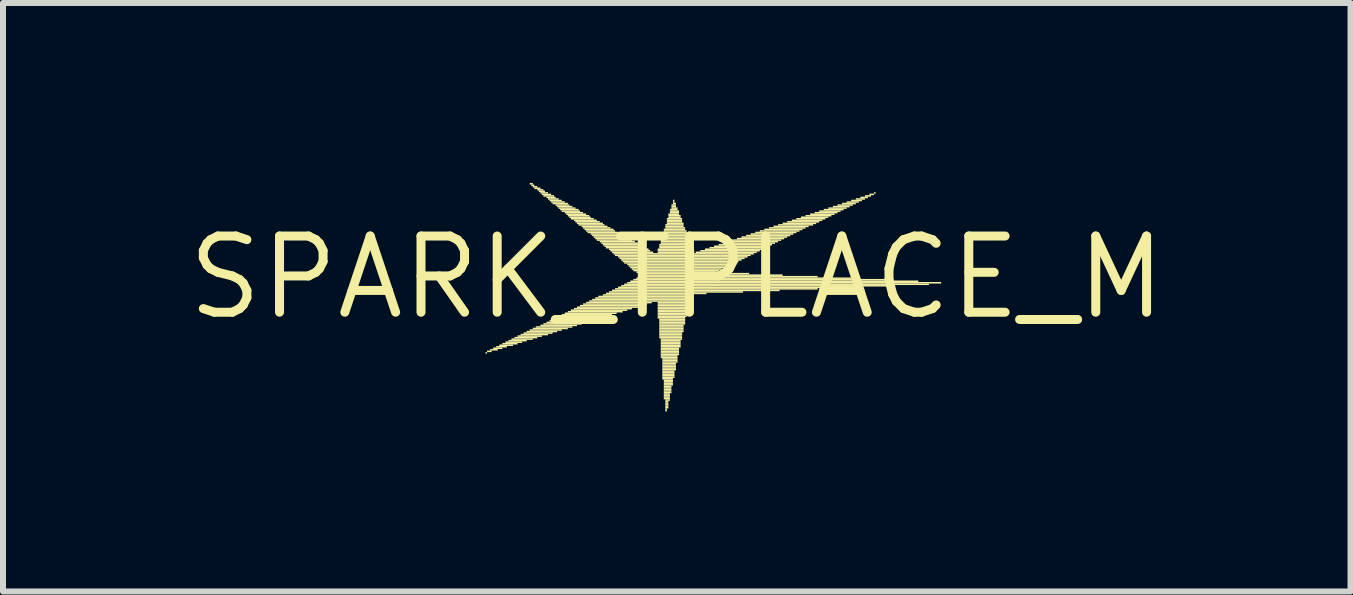
<source format=kicad_pcb>
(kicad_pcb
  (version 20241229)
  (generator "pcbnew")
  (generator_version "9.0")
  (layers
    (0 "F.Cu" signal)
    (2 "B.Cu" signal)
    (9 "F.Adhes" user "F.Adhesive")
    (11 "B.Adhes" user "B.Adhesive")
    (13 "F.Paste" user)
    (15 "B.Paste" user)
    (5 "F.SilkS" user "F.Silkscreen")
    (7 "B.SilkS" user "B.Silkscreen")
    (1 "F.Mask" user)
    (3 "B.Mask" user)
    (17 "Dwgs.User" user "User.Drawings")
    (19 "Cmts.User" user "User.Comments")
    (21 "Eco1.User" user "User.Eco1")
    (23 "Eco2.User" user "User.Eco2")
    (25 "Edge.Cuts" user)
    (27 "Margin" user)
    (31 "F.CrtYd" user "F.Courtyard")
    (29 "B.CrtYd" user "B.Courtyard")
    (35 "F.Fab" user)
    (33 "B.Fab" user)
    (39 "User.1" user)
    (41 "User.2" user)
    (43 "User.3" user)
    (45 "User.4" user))
  (footprint "SPARK_TPLACE_M"
    (layer "F.Cu")
    (at 8.232 1.575)
    (property "Reference" "SPARK_TPLACE_M" (at 0 0 0) (layer "F.SilkS") (effects (font (size 1.27 1.27) (thickness 0.15))))
    (attr through_hole)
    (fp_poly (pts (xy -3.188 1.27) (xy -3.162 1.27) (xy -3.162 1.245) (xy -3.188 1.245)) (stroke (width 0) (type solid)) (fill yes) (layer "F.SilkS"))
    (fp_poly (pts (xy -3.162 1.245) (xy -3.086 1.245) (xy -3.086 1.219) (xy -3.162 1.219)) (stroke (width 0) (type solid)) (fill yes) (layer "F.SilkS"))
    (fp_poly (pts (xy -3.111 1.219) (xy -2.985 1.219) (xy -2.985 1.194) (xy -3.111 1.194)) (stroke (width 0) (type solid)) (fill yes) (layer "F.SilkS"))
    (fp_poly (pts (xy -3.061 1.194) (xy -2.908 1.194) (xy -2.908 1.168) (xy -3.061 1.168)) (stroke (width 0) (type solid)) (fill yes) (layer "F.SilkS"))
    (fp_poly (pts (xy -3.01 1.168) (xy -2.832 1.168) (xy -2.832 1.143) (xy -3.01 1.143)) (stroke (width 0) (type solid)) (fill yes) (layer "F.SilkS"))
    (fp_poly (pts (xy -2.959 1.143) (xy -2.731 1.143) (xy -2.731 1.118) (xy -2.959 1.118)) (stroke (width 0) (type solid)) (fill yes) (layer "F.SilkS"))
    (fp_poly (pts (xy -2.908 1.118) (xy -2.654 1.118) (xy -2.654 1.092) (xy -2.908 1.092)) (stroke (width 0) (type solid)) (fill yes) (layer "F.SilkS"))
    (fp_poly (pts (xy -2.857 1.092) (xy -2.578 1.092) (xy -2.578 1.067) (xy -2.857 1.067)) (stroke (width 0) (type solid)) (fill yes) (layer "F.SilkS"))
    (fp_poly (pts (xy -2.807 1.067) (xy -2.502 1.067) (xy -2.502 1.041) (xy -2.807 1.041)) (stroke (width 0) (type solid)) (fill yes) (layer "F.SilkS"))
    (fp_poly (pts (xy -2.756 1.041) (xy -2.4 1.041) (xy -2.4 1.016) (xy -2.756 1.016)) (stroke (width 0) (type solid)) (fill yes) (layer "F.SilkS"))
    (fp_poly (pts (xy -2.705 1.016) (xy -2.324 1.016) (xy -2.324 0.991) (xy -2.705 0.991)) (stroke (width 0) (type solid)) (fill yes) (layer "F.SilkS"))
    (fp_poly (pts (xy -2.654 0.991) (xy -2.248 0.991) (xy -2.248 0.965) (xy -2.654 0.965)) (stroke (width 0) (type solid)) (fill yes) (layer "F.SilkS"))
    (fp_poly (pts (xy -2.603 0.965) (xy -2.146 0.965) (xy -2.146 0.94) (xy -2.603 0.94)) (stroke (width 0) (type solid)) (fill yes) (layer "F.SilkS"))
    (fp_poly (pts (xy -2.553 0.94) (xy -2.07 0.94) (xy -2.07 0.914) (xy -2.553 0.914)) (stroke (width 0) (type solid)) (fill yes) (layer "F.SilkS"))
    (fp_poly (pts (xy -2.502 0.914) (xy -1.994 0.914) (xy -1.994 0.889) (xy -2.502 0.889)) (stroke (width 0) (type solid)) (fill yes) (layer "F.SilkS"))
    (fp_poly (pts (xy -2.451 -1.549) (xy -2.4 -1.549) (xy -2.4 -1.575) (xy -2.451 -1.575)) (stroke (width 0) (type solid)) (fill yes) (layer "F.SilkS"))
    (fp_poly (pts (xy -2.451 0.889) (xy -1.918 0.889) (xy -1.918 0.864) (xy -2.451 0.864)) (stroke (width 0) (type solid)) (fill yes) (layer "F.SilkS"))
    (fp_poly (pts (xy -2.426 -1.524) (xy -2.375 -1.524) (xy -2.375 -1.549) (xy -2.426 -1.549)) (stroke (width 0) (type solid)) (fill yes) (layer "F.SilkS"))
    (fp_poly (pts (xy -2.4 -1.499) (xy -2.324 -1.499) (xy -2.324 -1.524) (xy -2.4 -1.524)) (stroke (width 0) (type solid)) (fill yes) (layer "F.SilkS"))
    (fp_poly (pts (xy -2.4 0.864) (xy -1.816 0.864) (xy -1.816 0.838) (xy -2.4 0.838)) (stroke (width 0) (type solid)) (fill yes) (layer "F.SilkS"))
    (fp_poly (pts (xy -2.375 -1.473) (xy -2.273 -1.473) (xy -2.273 -1.499) (xy -2.375 -1.499)) (stroke (width 0) (type solid)) (fill yes) (layer "F.SilkS"))
    (fp_poly (pts (xy -2.349 0.838) (xy -1.74 0.838) (xy -1.74 0.813) (xy -2.349 0.813)) (stroke (width 0) (type solid)) (fill yes) (layer "F.SilkS"))
    (fp_poly (pts (xy -2.324 -1.448) (xy -2.223 -1.448) (xy -2.223 -1.473) (xy -2.324 -1.473)) (stroke (width 0) (type solid)) (fill yes) (layer "F.SilkS"))
    (fp_poly (pts (xy -2.299 -1.422) (xy -2.197 -1.422) (xy -2.197 -1.448) (xy -2.299 -1.448)) (stroke (width 0) (type solid)) (fill yes) (layer "F.SilkS"))
    (fp_poly (pts (xy -2.273 -1.397) (xy -2.146 -1.397) (xy -2.146 -1.422) (xy -2.273 -1.422)) (stroke (width 0) (type solid)) (fill yes) (layer "F.SilkS"))
    (fp_poly (pts (xy -2.273 0.813) (xy -1.664 0.813) (xy -1.664 0.787) (xy -2.273 0.787)) (stroke (width 0) (type solid)) (fill yes) (layer "F.SilkS"))
    (fp_poly (pts (xy -2.248 -1.372) (xy -2.095 -1.372) (xy -2.095 -1.397) (xy -2.248 -1.397)) (stroke (width 0) (type solid)) (fill yes) (layer "F.SilkS"))
    (fp_poly (pts (xy -2.223 -1.346) (xy -2.045 -1.346) (xy -2.045 -1.372) (xy -2.223 -1.372)) (stroke (width 0) (type solid)) (fill yes) (layer "F.SilkS"))
    (fp_poly (pts (xy -2.223 0.787) (xy -1.587 0.787) (xy -1.587 0.762) (xy -2.223 0.762)) (stroke (width 0) (type solid)) (fill yes) (layer "F.SilkS"))
    (fp_poly (pts (xy -2.172 -1.321) (xy -2.019 -1.321) (xy -2.019 -1.346) (xy -2.172 -1.346)) (stroke (width 0) (type solid)) (fill yes) (layer "F.SilkS"))
    (fp_poly (pts (xy -2.172 0.762) (xy -1.486 0.762) (xy -1.486 0.737) (xy -2.172 0.737)) (stroke (width 0) (type solid)) (fill yes) (layer "F.SilkS"))
    (fp_poly (pts (xy -2.146 -1.295) (xy -1.968 -1.295) (xy -1.968 -1.321) (xy -2.146 -1.321)) (stroke (width 0) (type solid)) (fill yes) (layer "F.SilkS"))
    (fp_poly (pts (xy -2.121 -1.27) (xy -1.918 -1.27) (xy -1.918 -1.295) (xy -2.121 -1.295)) (stroke (width 0) (type solid)) (fill yes) (layer "F.SilkS"))
    (fp_poly (pts (xy -2.121 0.737) (xy -1.41 0.737) (xy -1.41 0.711) (xy -2.121 0.711)) (stroke (width 0) (type solid)) (fill yes) (layer "F.SilkS"))
    (fp_poly (pts (xy -2.095 -1.245) (xy -1.867 -1.245) (xy -1.867 -1.27) (xy -2.095 -1.27)) (stroke (width 0) (type solid)) (fill yes) (layer "F.SilkS"))
    (fp_poly (pts (xy -2.07 -1.219) (xy -1.816 -1.219) (xy -1.816 -1.245) (xy -2.07 -1.245)) (stroke (width 0) (type solid)) (fill yes) (layer "F.SilkS"))
    (fp_poly (pts (xy -2.07 0.711) (xy -1.333 0.711) (xy -1.333 0.686) (xy -2.07 0.686)) (stroke (width 0) (type solid)) (fill yes) (layer "F.SilkS"))
    (fp_poly (pts (xy -2.019 -1.194) (xy -1.791 -1.194) (xy -1.791 -1.219) (xy -2.019 -1.219)) (stroke (width 0) (type solid)) (fill yes) (layer "F.SilkS"))
    (fp_poly (pts (xy -2.019 0.686) (xy -1.232 0.686) (xy -1.232 0.66) (xy -2.019 0.66)) (stroke (width 0) (type solid)) (fill yes) (layer "F.SilkS"))
    (fp_poly (pts (xy -1.994 -1.168) (xy -1.74 -1.168) (xy -1.74 -1.194) (xy -1.994 -1.194)) (stroke (width 0) (type solid)) (fill yes) (layer "F.SilkS"))
    (fp_poly (pts (xy -1.968 -1.143) (xy -1.689 -1.143) (xy -1.689 -1.168) (xy -1.968 -1.168)) (stroke (width 0) (type solid)) (fill yes) (layer "F.SilkS"))
    (fp_poly (pts (xy -1.968 0.66) (xy -1.156 0.66) (xy -1.156 0.635) (xy -1.968 0.635)) (stroke (width 0) (type solid)) (fill yes) (layer "F.SilkS"))
    (fp_poly (pts (xy -1.943 -1.118) (xy -1.638 -1.118) (xy -1.638 -1.143) (xy -1.943 -1.143)) (stroke (width 0) (type solid)) (fill yes) (layer "F.SilkS"))
    (fp_poly (pts (xy -1.918 -1.092) (xy -1.613 -1.092) (xy -1.613 -1.118) (xy -1.918 -1.118)) (stroke (width 0) (type solid)) (fill yes) (layer "F.SilkS"))
    (fp_poly (pts (xy -1.918 0.635) (xy -1.079 0.635) (xy -1.079 0.61) (xy -1.918 0.61)) (stroke (width 0) (type solid)) (fill yes) (layer "F.SilkS"))
    (fp_poly (pts (xy -1.867 -1.067) (xy -1.562 -1.067) (xy -1.562 -1.092) (xy -1.867 -1.092)) (stroke (width 0) (type solid)) (fill yes) (layer "F.SilkS"))
    (fp_poly (pts (xy -1.867 0.61) (xy -1.003 0.61) (xy -1.003 0.584) (xy -1.867 0.584)) (stroke (width 0) (type solid)) (fill yes) (layer "F.SilkS"))
    (fp_poly (pts (xy -1.841 -1.041) (xy -1.511 -1.041) (xy -1.511 -1.067) (xy -1.841 -1.067)) (stroke (width 0) (type solid)) (fill yes) (layer "F.SilkS"))
    (fp_poly (pts (xy -1.816 -1.016) (xy -1.46 -1.016) (xy -1.46 -1.041) (xy -1.816 -1.041)) (stroke (width 0) (type solid)) (fill yes) (layer "F.SilkS"))
    (fp_poly (pts (xy -1.816 0.584) (xy -0.902 0.584) (xy -0.902 0.559) (xy -1.816 0.559)) (stroke (width 0) (type solid)) (fill yes) (layer "F.SilkS"))
    (fp_poly (pts (xy -1.791 -0.991) (xy -1.435 -0.991) (xy -1.435 -1.016) (xy -1.791 -1.016)) (stroke (width 0) (type solid)) (fill yes) (layer "F.SilkS"))
    (fp_poly (pts (xy -1.765 -0.965) (xy -1.384 -0.965) (xy -1.384 -0.991) (xy -1.765 -0.991)) (stroke (width 0) (type solid)) (fill yes) (layer "F.SilkS"))
    (fp_poly (pts (xy -1.765 0.559) (xy -0.826 0.559) (xy -0.826 0.533) (xy -1.765 0.533)) (stroke (width 0) (type solid)) (fill yes) (layer "F.SilkS"))
    (fp_poly (pts (xy -1.714 -0.94) (xy -1.333 -0.94) (xy -1.333 -0.965) (xy -1.714 -0.965)) (stroke (width 0) (type solid)) (fill yes) (layer "F.SilkS"))
    (fp_poly (pts (xy -1.714 0.533) (xy -0.749 0.533) (xy -0.749 0.508) (xy -1.714 0.508)) (stroke (width 0) (type solid)) (fill yes) (layer "F.SilkS"))
    (fp_poly (pts (xy -1.689 -0.914) (xy -1.283 -0.914) (xy -1.283 -0.94) (xy -1.689 -0.94)) (stroke (width 0) (type solid)) (fill yes) (layer "F.SilkS"))
    (fp_poly (pts (xy -1.664 -0.889) (xy -1.232 -0.889) (xy -1.232 -0.914) (xy -1.664 -0.914)) (stroke (width 0) (type solid)) (fill yes) (layer "F.SilkS"))
    (fp_poly (pts (xy -1.664 0.508) (xy -0.648 0.508) (xy -0.648 0.483) (xy -1.664 0.483)) (stroke (width 0) (type solid)) (fill yes) (layer "F.SilkS"))
    (fp_poly (pts (xy -1.638 -0.864) (xy -1.206 -0.864) (xy -1.206 -0.889) (xy -1.638 -0.889)) (stroke (width 0) (type solid)) (fill yes) (layer "F.SilkS"))
    (fp_poly (pts (xy -1.613 0.483) (xy -0.572 0.483) (xy -0.572 0.457) (xy -1.613 0.457)) (stroke (width 0) (type solid)) (fill yes) (layer "F.SilkS"))
    (fp_poly (pts (xy -1.587 -0.838) (xy -1.156 -0.838) (xy -1.156 -0.864) (xy -1.587 -0.864)) (stroke (width 0) (type solid)) (fill yes) (layer "F.SilkS"))
    (fp_poly (pts (xy -1.562 -0.813) (xy -1.105 -0.813) (xy -1.105 -0.838) (xy -1.562 -0.838)) (stroke (width 0) (type solid)) (fill yes) (layer "F.SilkS"))
    (fp_poly (pts (xy -1.562 0.457) (xy -0.495 0.457) (xy -0.495 0.432) (xy -1.562 0.432)) (stroke (width 0) (type solid)) (fill yes) (layer "F.SilkS"))
    (fp_poly (pts (xy -1.537 -0.787) (xy -1.054 -0.787) (xy -1.054 -0.813) (xy -1.537 -0.813)) (stroke (width 0) (type solid)) (fill yes) (layer "F.SilkS"))
    (fp_poly (pts (xy -1.511 -0.762) (xy -1.029 -0.762) (xy -1.029 -0.787) (xy -1.511 -0.787)) (stroke (width 0) (type solid)) (fill yes) (layer "F.SilkS"))
    (fp_poly (pts (xy -1.511 0.432) (xy -0.419 0.432) (xy -0.419 0.406) (xy -1.511 0.406)) (stroke (width 0) (type solid)) (fill yes) (layer "F.SilkS"))
    (fp_poly (pts (xy -1.486 -0.737) (xy -0.978 -0.737) (xy -0.978 -0.762) (xy -1.486 -0.762)) (stroke (width 0) (type solid)) (fill yes) (layer "F.SilkS"))
    (fp_poly (pts (xy -1.46 0.406) (xy 0.216 0.406) (xy 0.216 0.381) (xy -1.46 0.381)) (stroke (width 0) (type solid)) (fill yes) (layer "F.SilkS"))
    (fp_poly (pts (xy -1.435 -0.711) (xy -0.927 -0.711) (xy -0.927 -0.737) (xy -1.435 -0.737)) (stroke (width 0) (type solid)) (fill yes) (layer "F.SilkS"))
    (fp_poly (pts (xy -1.41 -0.686) (xy -0.876 -0.686) (xy -0.876 -0.711) (xy -1.41 -0.711)) (stroke (width 0) (type solid)) (fill yes) (layer "F.SilkS"))
    (fp_poly (pts (xy -1.41 0.381) (xy 0.216 0.381) (xy 0.216 0.356) (xy -1.41 0.356)) (stroke (width 0) (type solid)) (fill yes) (layer "F.SilkS"))
    (fp_poly (pts (xy -1.384 -0.66) (xy -0.851 -0.66) (xy -0.851 -0.686) (xy -1.384 -0.686)) (stroke (width 0) (type solid)) (fill yes) (layer "F.SilkS"))
    (fp_poly (pts (xy -1.359 -0.635) (xy -0.8 -0.635) (xy -0.8 -0.66) (xy -1.359 -0.66)) (stroke (width 0) (type solid)) (fill yes) (layer "F.SilkS"))
    (fp_poly (pts (xy -1.359 0.356) (xy 0.216 0.356) (xy 0.216 0.33) (xy -1.359 0.33)) (stroke (width 0) (type solid)) (fill yes) (layer "F.SilkS"))
    (fp_poly (pts (xy -1.333 -0.61) (xy -0.749 -0.61) (xy -0.749 -0.635) (xy -1.333 -0.635)) (stroke (width 0) (type solid)) (fill yes) (layer "F.SilkS"))
    (fp_poly (pts (xy -1.308 0.33) (xy 0.216 0.33) (xy 0.216 0.305) (xy -1.308 0.305)) (stroke (width 0) (type solid)) (fill yes) (layer "F.SilkS"))
    (fp_poly (pts (xy -1.283 -0.584) (xy -0.699 -0.584) (xy -0.699 -0.61) (xy -1.283 -0.61)) (stroke (width 0) (type solid)) (fill yes) (layer "F.SilkS"))
    (fp_poly (pts (xy -1.257 -0.559) (xy -0.648 -0.559) (xy -0.648 -0.584) (xy -1.257 -0.584)) (stroke (width 0) (type solid)) (fill yes) (layer "F.SilkS"))
    (fp_poly (pts (xy -1.232 -0.533) (xy -0.622 -0.533) (xy -0.622 -0.559) (xy -1.232 -0.559)) (stroke (width 0) (type solid)) (fill yes) (layer "F.SilkS"))
    (fp_poly (pts (xy -1.232 0.305) (xy 0.216 0.305) (xy 0.216 0.279) (xy -1.232 0.279)) (stroke (width 0) (type solid)) (fill yes) (layer "F.SilkS"))
    (fp_poly (pts (xy -1.206 -0.508) (xy -0.572 -0.508) (xy -0.572 -0.533) (xy -1.206 -0.533)) (stroke (width 0) (type solid)) (fill yes) (layer "F.SilkS"))
    (fp_poly (pts (xy -1.181 -0.483) (xy -0.521 -0.483) (xy -0.521 -0.508) (xy -1.181 -0.508)) (stroke (width 0) (type solid)) (fill yes) (layer "F.SilkS"))
    (fp_poly (pts (xy -1.181 0.279) (xy 0.495 0.279) (xy 0.495 0.254) (xy -1.181 0.254)) (stroke (width 0) (type solid)) (fill yes) (layer "F.SilkS"))
    (fp_poly (pts (xy -1.13 -0.457) (xy -0.47 -0.457) (xy -0.47 -0.483) (xy -1.13 -0.483)) (stroke (width 0) (type solid)) (fill yes) (layer "F.SilkS"))
    (fp_poly (pts (xy -1.13 0.254) (xy 1.105 0.254) (xy 1.105 0.229) (xy -1.13 0.229)) (stroke (width 0) (type solid)) (fill yes) (layer "F.SilkS"))
    (fp_poly (pts (xy -1.105 -0.432) (xy -0.445 -0.432) (xy -0.445 -0.457) (xy -1.105 -0.457)) (stroke (width 0) (type solid)) (fill yes) (layer "F.SilkS"))
    (fp_poly (pts (xy -1.079 -0.406) (xy -0.394 -0.406) (xy -0.394 -0.432) (xy -1.079 -0.432)) (stroke (width 0) (type solid)) (fill yes) (layer "F.SilkS"))
    (fp_poly (pts (xy -1.079 0.229) (xy 1.714 0.229) (xy 1.714 0.203) (xy -1.079 0.203)) (stroke (width 0) (type solid)) (fill yes) (layer "F.SilkS"))
    (fp_poly (pts (xy -1.054 -0.381) (xy 1.283 -0.381) (xy 1.283 -0.406) (xy -1.054 -0.406)) (stroke (width 0) (type solid)) (fill yes) (layer "F.SilkS"))
    (fp_poly (pts (xy -1.029 -0.356) (xy 1.232 -0.356) (xy 1.232 -0.381) (xy -1.029 -0.381)) (stroke (width 0) (type solid)) (fill yes) (layer "F.SilkS"))
    (fp_poly (pts (xy -1.029 0.203) (xy 2.349 0.203) (xy 2.349 0.178) (xy -1.029 0.178)) (stroke (width 0) (type solid)) (fill yes) (layer "F.SilkS"))
    (fp_poly (pts (xy -0.978 -0.33) (xy 1.181 -0.33) (xy 1.181 -0.356) (xy -0.978 -0.356)) (stroke (width 0) (type solid)) (fill yes) (layer "F.SilkS"))
    (fp_poly (pts (xy -0.978 0.178) (xy 2.959 0.178) (xy 2.959 0.152) (xy -0.978 0.152)) (stroke (width 0) (type solid)) (fill yes) (layer "F.SilkS"))
    (fp_poly (pts (xy -0.953 -0.305) (xy 1.13 -0.305) (xy 1.13 -0.33) (xy -0.953 -0.33)) (stroke (width 0) (type solid)) (fill yes) (layer "F.SilkS"))
    (fp_poly (pts (xy -0.927 -0.279) (xy 1.079 -0.279) (xy 1.079 -0.305) (xy -0.927 -0.305)) (stroke (width 0) (type solid)) (fill yes) (layer "F.SilkS"))
    (fp_poly (pts (xy -0.927 0.152) (xy 3.594 0.152) (xy 3.594 0.127) (xy -0.927 0.127)) (stroke (width 0) (type solid)) (fill yes) (layer "F.SilkS"))
    (fp_poly (pts (xy -0.902 -0.254) (xy 1.029 -0.254) (xy 1.029 -0.279) (xy -0.902 -0.279)) (stroke (width 0) (type solid)) (fill yes) (layer "F.SilkS"))
    (fp_poly (pts (xy -0.876 -0.229) (xy 0.978 -0.229) (xy 0.978 -0.254) (xy -0.876 -0.254)) (stroke (width 0) (type solid)) (fill yes) (layer "F.SilkS"))
    (fp_poly (pts (xy -0.876 0.127) (xy 4.204 0.127) (xy 4.204 0.102) (xy -0.876 0.102)) (stroke (width 0) (type solid)) (fill yes) (layer "F.SilkS"))
    (fp_poly (pts (xy -0.826 -0.203) (xy 0.927 -0.203) (xy 0.927 -0.229) (xy -0.826 -0.229)) (stroke (width 0) (type solid)) (fill yes) (layer "F.SilkS"))
    (fp_poly (pts (xy -0.826 0.102) (xy 4.407 0.102) (xy 4.407 0.076) (xy -0.826 0.076)) (stroke (width 0) (type solid)) (fill yes) (layer "F.SilkS"))
    (fp_poly (pts (xy -0.8 -0.178) (xy 0.876 -0.178) (xy 0.876 -0.203) (xy -0.8 -0.203)) (stroke (width 0) (type solid)) (fill yes) (layer "F.SilkS"))
    (fp_poly (pts (xy -0.775 -0.152) (xy 0.826 -0.152) (xy 0.826 -0.178) (xy -0.775 -0.178)) (stroke (width 0) (type solid)) (fill yes) (layer "F.SilkS"))
    (fp_poly (pts (xy -0.775 0.076) (xy 4.026 0.076) (xy 4.026 0.051) (xy -0.775 0.051)) (stroke (width 0) (type solid)) (fill yes) (layer "F.SilkS"))
    (fp_poly (pts (xy -0.749 -0.127) (xy 0.749 -0.127) (xy 0.749 -0.152) (xy -0.749 -0.152)) (stroke (width 0) (type solid)) (fill yes) (layer "F.SilkS"))
    (fp_poly (pts (xy -0.724 -0.102) (xy 0.699 -0.102) (xy 0.699 -0.127) (xy -0.724 -0.127)) (stroke (width 0) (type solid)) (fill yes) (layer "F.SilkS"))
    (fp_poly (pts (xy -0.724 0.051) (xy 3.467 0.051) (xy 3.467 0.025) (xy -0.724 0.025)) (stroke (width 0) (type solid)) (fill yes) (layer "F.SilkS"))
    (fp_poly (pts (xy -0.673 -0.076) (xy 0.648 -0.076) (xy 0.648 -0.102) (xy -0.673 -0.102)) (stroke (width 0) (type solid)) (fill yes) (layer "F.SilkS"))
    (fp_poly (pts (xy -0.673 0.025) (xy 2.908 0.025) (xy 2.908 0) (xy -0.673 0)) (stroke (width 0) (type solid)) (fill yes) (layer "F.SilkS"))
    (fp_poly (pts (xy -0.648 -0.051) (xy 1.206 -0.051) (xy 1.206 -0.076) (xy -0.648 -0.076)) (stroke (width 0) (type solid)) (fill yes) (layer "F.SilkS"))
    (fp_poly (pts (xy -0.622 -0.025) (xy 1.765 -0.025) (xy 1.765 -0.051) (xy -0.622 -0.051)) (stroke (width 0) (type solid)) (fill yes) (layer "F.SilkS"))
    (fp_poly (pts (xy -0.622 0) (xy 2.349 0) (xy 2.349 -0.025) (xy -0.622 -0.025)) (stroke (width 0) (type solid)) (fill yes) (layer "F.SilkS"))
    (fp_poly (pts (xy -0.318 -0.457) (xy 0.267 -0.457) (xy 0.267 -0.483) (xy -0.318 -0.483)) (stroke (width 0) (type solid)) (fill yes) (layer "F.SilkS"))
    (fp_poly (pts (xy -0.318 -0.432) (xy 0.292 -0.432) (xy 0.292 -0.457) (xy -0.318 -0.457)) (stroke (width 0) (type solid)) (fill yes) (layer "F.SilkS"))
    (fp_poly (pts (xy -0.318 -0.406) (xy 0.292 -0.406) (xy 0.292 -0.432) (xy -0.318 -0.432)) (stroke (width 0) (type solid)) (fill yes) (layer "F.SilkS"))
    (fp_poly (pts (xy -0.318 0.432) (xy 0.191 0.432) (xy 0.191 0.406) (xy -0.318 0.406)) (stroke (width 0) (type solid)) (fill yes) (layer "F.SilkS"))
    (fp_poly (pts (xy -0.318 0.457) (xy 0.191 0.457) (xy 0.191 0.432) (xy -0.318 0.432)) (stroke (width 0) (type solid)) (fill yes) (layer "F.SilkS"))
    (fp_poly (pts (xy -0.318 0.483) (xy 0.191 0.483) (xy 0.191 0.457) (xy -0.318 0.457)) (stroke (width 0) (type solid)) (fill yes) (layer "F.SilkS"))
    (fp_poly (pts (xy -0.318 0.508) (xy 0.191 0.508) (xy 0.191 0.483) (xy -0.318 0.483)) (stroke (width 0) (type solid)) (fill yes) (layer "F.SilkS"))
    (fp_poly (pts (xy -0.318 0.533) (xy 0.191 0.533) (xy 0.191 0.508) (xy -0.318 0.508)) (stroke (width 0) (type solid)) (fill yes) (layer "F.SilkS"))
    (fp_poly (pts (xy -0.318 0.559) (xy 0.165 0.559) (xy 0.165 0.533) (xy -0.318 0.533)) (stroke (width 0) (type solid)) (fill yes) (layer "F.SilkS"))
    (fp_poly (pts (xy -0.318 0.584) (xy 0.165 0.584) (xy 0.165 0.559) (xy -0.318 0.559)) (stroke (width 0) (type solid)) (fill yes) (layer "F.SilkS"))
    (fp_poly (pts (xy -0.318 0.61) (xy 0.165 0.61) (xy 0.165 0.584) (xy -0.318 0.584)) (stroke (width 0) (type solid)) (fill yes) (layer "F.SilkS"))
    (fp_poly (pts (xy -0.318 0.635) (xy 0.165 0.635) (xy 0.165 0.61) (xy -0.318 0.61)) (stroke (width 0) (type solid)) (fill yes) (layer "F.SilkS"))
    (fp_poly (pts (xy -0.318 0.66) (xy 0.165 0.66) (xy 0.165 0.635) (xy -0.318 0.635)) (stroke (width 0) (type solid)) (fill yes) (layer "F.SilkS"))
    (fp_poly (pts (xy -0.318 0.686) (xy 0.14 0.686) (xy 0.14 0.66) (xy -0.318 0.66)) (stroke (width 0) (type solid)) (fill yes) (layer "F.SilkS"))
    (fp_poly (pts (xy -0.292 -0.533) (xy 0.241 -0.533) (xy 0.241 -0.559) (xy -0.292 -0.559)) (stroke (width 0) (type solid)) (fill yes) (layer "F.SilkS"))
    (fp_poly (pts (xy -0.292 -0.508) (xy 0.241 -0.508) (xy 0.241 -0.533) (xy -0.292 -0.533)) (stroke (width 0) (type solid)) (fill yes) (layer "F.SilkS"))
    (fp_poly (pts (xy -0.292 -0.483) (xy 0.267 -0.483) (xy 0.267 -0.508) (xy -0.292 -0.508)) (stroke (width 0) (type solid)) (fill yes) (layer "F.SilkS"))
    (fp_poly (pts (xy -0.292 0.711) (xy 0.14 0.711) (xy 0.14 0.686) (xy -0.292 0.686)) (stroke (width 0) (type solid)) (fill yes) (layer "F.SilkS"))
    (fp_poly (pts (xy -0.292 0.737) (xy 0.14 0.737) (xy 0.14 0.711) (xy -0.292 0.711)) (stroke (width 0) (type solid)) (fill yes) (layer "F.SilkS"))
    (fp_poly (pts (xy -0.292 0.762) (xy 0.14 0.762) (xy 0.14 0.737) (xy -0.292 0.737)) (stroke (width 0) (type solid)) (fill yes) (layer "F.SilkS"))
    (fp_poly (pts (xy -0.292 0.787) (xy 0.14 0.787) (xy 0.14 0.762) (xy -0.292 0.762)) (stroke (width 0) (type solid)) (fill yes) (layer "F.SilkS"))
    (fp_poly (pts (xy -0.292 0.813) (xy 0.114 0.813) (xy 0.114 0.787) (xy -0.292 0.787)) (stroke (width 0) (type solid)) (fill yes) (layer "F.SilkS"))
    (fp_poly (pts (xy -0.292 0.838) (xy 0.114 0.838) (xy 0.114 0.813) (xy -0.292 0.813)) (stroke (width 0) (type solid)) (fill yes) (layer "F.SilkS"))
    (fp_poly (pts (xy -0.292 0.864) (xy 0.114 0.864) (xy 0.114 0.838) (xy -0.292 0.838)) (stroke (width 0) (type solid)) (fill yes) (layer "F.SilkS"))
    (fp_poly (pts (xy -0.292 0.889) (xy 0.114 0.889) (xy 0.114 0.864) (xy -0.292 0.864)) (stroke (width 0) (type solid)) (fill yes) (layer "F.SilkS"))
    (fp_poly (pts (xy -0.292 0.914) (xy 0.114 0.914) (xy 0.114 0.889) (xy -0.292 0.889)) (stroke (width 0) (type solid)) (fill yes) (layer "F.SilkS"))
    (fp_poly (pts (xy -0.292 0.94) (xy 0.089 0.94) (xy 0.089 0.914) (xy -0.292 0.914)) (stroke (width 0) (type solid)) (fill yes) (layer "F.SilkS"))
    (fp_poly (pts (xy -0.292 0.965) (xy 0.089 0.965) (xy 0.089 0.94) (xy -0.292 0.94)) (stroke (width 0) (type solid)) (fill yes) (layer "F.SilkS"))
    (fp_poly (pts (xy -0.292 0.991) (xy 0.089 0.991) (xy 0.089 0.965) (xy -0.292 0.965)) (stroke (width 0) (type solid)) (fill yes) (layer "F.SilkS"))
    (fp_poly (pts (xy -0.292 1.016) (xy 0.089 1.016) (xy 0.089 0.991) (xy -0.292 0.991)) (stroke (width 0) (type solid)) (fill yes) (layer "F.SilkS"))
    (fp_poly (pts (xy -0.267 -0.635) (xy 0.191 -0.635) (xy 0.191 -0.66) (xy -0.267 -0.66)) (stroke (width 0) (type solid)) (fill yes) (layer "F.SilkS"))
    (fp_poly (pts (xy -0.267 -0.61) (xy 0.216 -0.61) (xy 0.216 -0.635) (xy -0.267 -0.635)) (stroke (width 0) (type solid)) (fill yes) (layer "F.SilkS"))
    (fp_poly (pts (xy -0.267 -0.584) (xy 0.216 -0.584) (xy 0.216 -0.61) (xy -0.267 -0.61)) (stroke (width 0) (type solid)) (fill yes) (layer "F.SilkS"))
    (fp_poly (pts (xy -0.267 -0.559) (xy 0.241 -0.559) (xy 0.241 -0.584) (xy -0.267 -0.584)) (stroke (width 0) (type solid)) (fill yes) (layer "F.SilkS"))
    (fp_poly (pts (xy -0.267 1.041) (xy 0.089 1.041) (xy 0.089 1.016) (xy -0.267 1.016)) (stroke (width 0) (type solid)) (fill yes) (layer "F.SilkS"))
    (fp_poly (pts (xy -0.267 1.067) (xy 0.064 1.067) (xy 0.064 1.041) (xy -0.267 1.041)) (stroke (width 0) (type solid)) (fill yes) (layer "F.SilkS"))
    (fp_poly (pts (xy -0.267 1.092) (xy 0.064 1.092) (xy 0.064 1.067) (xy -0.267 1.067)) (stroke (width 0) (type solid)) (fill yes) (layer "F.SilkS"))
    (fp_poly (pts (xy -0.267 1.118) (xy 0.064 1.118) (xy 0.064 1.092) (xy -0.267 1.092)) (stroke (width 0) (type solid)) (fill yes) (layer "F.SilkS"))
    (fp_poly (pts (xy -0.267 1.143) (xy 0.064 1.143) (xy 0.064 1.118) (xy -0.267 1.118)) (stroke (width 0) (type solid)) (fill yes) (layer "F.SilkS"))
    (fp_poly (pts (xy -0.267 1.168) (xy 0.064 1.168) (xy 0.064 1.143) (xy -0.267 1.143)) (stroke (width 0) (type solid)) (fill yes) (layer "F.SilkS"))
    (fp_poly (pts (xy -0.267 1.194) (xy 0.038 1.194) (xy 0.038 1.168) (xy -0.267 1.168)) (stroke (width 0) (type solid)) (fill yes) (layer "F.SilkS"))
    (fp_poly (pts (xy -0.267 1.219) (xy 0.038 1.219) (xy 0.038 1.194) (xy -0.267 1.194)) (stroke (width 0) (type solid)) (fill yes) (layer "F.SilkS"))
    (fp_poly (pts (xy -0.267 1.245) (xy 0.038 1.245) (xy 0.038 1.219) (xy -0.267 1.219)) (stroke (width 0) (type solid)) (fill yes) (layer "F.SilkS"))
    (fp_poly (pts (xy -0.267 1.27) (xy 0.038 1.27) (xy 0.038 1.245) (xy -0.267 1.245)) (stroke (width 0) (type solid)) (fill yes) (layer "F.SilkS"))
    (fp_poly (pts (xy -0.267 1.295) (xy 0.038 1.295) (xy 0.038 1.27) (xy -0.267 1.27)) (stroke (width 0) (type solid)) (fill yes) (layer "F.SilkS"))
    (fp_poly (pts (xy -0.267 1.321) (xy 0.013 1.321) (xy 0.013 1.295) (xy -0.267 1.295)) (stroke (width 0) (type solid)) (fill yes) (layer "F.SilkS"))
    (fp_poly (pts (xy -0.267 1.346) (xy 0.013 1.346) (xy 0.013 1.321) (xy -0.267 1.321)) (stroke (width 0) (type solid)) (fill yes) (layer "F.SilkS"))
    (fp_poly (pts (xy -0.241 -0.711) (xy 0.165 -0.711) (xy 0.165 -0.737) (xy -0.241 -0.737)) (stroke (width 0) (type solid)) (fill yes) (layer "F.SilkS"))
    (fp_poly (pts (xy -0.241 -0.686) (xy 0.191 -0.686) (xy 0.191 -0.711) (xy -0.241 -0.711)) (stroke (width 0) (type solid)) (fill yes) (layer "F.SilkS"))
    (fp_poly (pts (xy -0.241 -0.66) (xy 0.191 -0.66) (xy 0.191 -0.686) (xy -0.241 -0.686)) (stroke (width 0) (type solid)) (fill yes) (layer "F.SilkS"))
    (fp_poly (pts (xy -0.241 1.372) (xy 0.013 1.372) (xy 0.013 1.346) (xy -0.241 1.346)) (stroke (width 0) (type solid)) (fill yes) (layer "F.SilkS"))
    (fp_poly (pts (xy -0.241 1.397) (xy 0.013 1.397) (xy 0.013 1.372) (xy -0.241 1.372)) (stroke (width 0) (type solid)) (fill yes) (layer "F.SilkS"))
    (fp_poly (pts (xy -0.241 1.422) (xy 0.013 1.422) (xy 0.013 1.397) (xy -0.241 1.397)) (stroke (width 0) (type solid)) (fill yes) (layer "F.SilkS"))
    (fp_poly (pts (xy -0.241 1.448) (xy -0.013 1.448) (xy -0.013 1.422) (xy -0.241 1.422)) (stroke (width 0) (type solid)) (fill yes) (layer "F.SilkS"))
    (fp_poly (pts (xy -0.241 1.473) (xy -0.013 1.473) (xy -0.013 1.448) (xy -0.241 1.448)) (stroke (width 0) (type solid)) (fill yes) (layer "F.SilkS"))
    (fp_poly (pts (xy -0.241 1.499) (xy -0.013 1.499) (xy -0.013 1.473) (xy -0.241 1.473)) (stroke (width 0) (type solid)) (fill yes) (layer "F.SilkS"))
    (fp_poly (pts (xy -0.241 1.524) (xy -0.013 1.524) (xy -0.013 1.499) (xy -0.241 1.499)) (stroke (width 0) (type solid)) (fill yes) (layer "F.SilkS"))
    (fp_poly (pts (xy -0.241 1.549) (xy -0.013 1.549) (xy -0.013 1.524) (xy -0.241 1.524)) (stroke (width 0) (type solid)) (fill yes) (layer "F.SilkS"))
    (fp_poly (pts (xy -0.241 1.575) (xy -0.038 1.575) (xy -0.038 1.549) (xy -0.241 1.549)) (stroke (width 0) (type solid)) (fill yes) (layer "F.SilkS"))
    (fp_poly (pts (xy -0.241 1.6) (xy -0.038 1.6) (xy -0.038 1.575) (xy -0.241 1.575)) (stroke (width 0) (type solid)) (fill yes) (layer "F.SilkS"))
    (fp_poly (pts (xy -0.241 1.626) (xy -0.038 1.626) (xy -0.038 1.6) (xy -0.241 1.6)) (stroke (width 0) (type solid)) (fill yes) (layer "F.SilkS"))
    (fp_poly (pts (xy -0.241 1.651) (xy -0.038 1.651) (xy -0.038 1.626) (xy -0.241 1.626)) (stroke (width 0) (type solid)) (fill yes) (layer "F.SilkS"))
    (fp_poly (pts (xy -0.241 1.676) (xy -0.038 1.676) (xy -0.038 1.651) (xy -0.241 1.651)) (stroke (width 0) (type solid)) (fill yes) (layer "F.SilkS"))
    (fp_poly (pts (xy -0.241 1.702) (xy -0.064 1.702) (xy -0.064 1.676) (xy -0.241 1.676)) (stroke (width 0) (type solid)) (fill yes) (layer "F.SilkS"))
    (fp_poly (pts (xy -0.216 -0.787) (xy 0.14 -0.787) (xy 0.14 -0.813) (xy -0.216 -0.813)) (stroke (width 0) (type solid)) (fill yes) (layer "F.SilkS"))
    (fp_poly (pts (xy -0.216 -0.762) (xy 0.165 -0.762) (xy 0.165 -0.787) (xy -0.216 -0.787)) (stroke (width 0) (type solid)) (fill yes) (layer "F.SilkS"))
    (fp_poly (pts (xy -0.216 -0.737) (xy 0.165 -0.737) (xy 0.165 -0.762) (xy -0.216 -0.762)) (stroke (width 0) (type solid)) (fill yes) (layer "F.SilkS"))
    (fp_poly (pts (xy -0.216 1.727) (xy -0.064 1.727) (xy -0.064 1.702) (xy -0.216 1.702)) (stroke (width 0) (type solid)) (fill yes) (layer "F.SilkS"))
    (fp_poly (pts (xy -0.216 1.753) (xy -0.064 1.753) (xy -0.064 1.727) (xy -0.216 1.727)) (stroke (width 0) (type solid)) (fill yes) (layer "F.SilkS"))
    (fp_poly (pts (xy -0.216 1.778) (xy -0.064 1.778) (xy -0.064 1.753) (xy -0.216 1.753)) (stroke (width 0) (type solid)) (fill yes) (layer "F.SilkS"))
    (fp_poly (pts (xy -0.216 1.803) (xy -0.064 1.803) (xy -0.064 1.778) (xy -0.216 1.778)) (stroke (width 0) (type solid)) (fill yes) (layer "F.SilkS"))
    (fp_poly (pts (xy -0.216 1.829) (xy -0.089 1.829) (xy -0.089 1.803) (xy -0.216 1.803)) (stroke (width 0) (type solid)) (fill yes) (layer "F.SilkS"))
    (fp_poly (pts (xy -0.216 1.854) (xy -0.089 1.854) (xy -0.089 1.829) (xy -0.216 1.829)) (stroke (width 0) (type solid)) (fill yes) (layer "F.SilkS"))
    (fp_poly (pts (xy -0.216 1.88) (xy -0.089 1.88) (xy -0.089 1.854) (xy -0.216 1.854)) (stroke (width 0) (type solid)) (fill yes) (layer "F.SilkS"))
    (fp_poly (pts (xy -0.216 1.905) (xy -0.089 1.905) (xy -0.089 1.88) (xy -0.216 1.88)) (stroke (width 0) (type solid)) (fill yes) (layer "F.SilkS"))
    (fp_poly (pts (xy -0.216 1.93) (xy -0.089 1.93) (xy -0.089 1.905) (xy -0.216 1.905)) (stroke (width 0) (type solid)) (fill yes) (layer "F.SilkS"))
    (fp_poly (pts (xy -0.216 1.956) (xy -0.114 1.956) (xy -0.114 1.93) (xy -0.216 1.93)) (stroke (width 0) (type solid)) (fill yes) (layer "F.SilkS"))
    (fp_poly (pts (xy -0.216 1.981) (xy -0.114 1.981) (xy -0.114 1.956) (xy -0.216 1.956)) (stroke (width 0) (type solid)) (fill yes) (layer "F.SilkS"))
    (fp_poly (pts (xy -0.216 2.007) (xy -0.114 2.007) (xy -0.114 1.981) (xy -0.216 1.981)) (stroke (width 0) (type solid)) (fill yes) (layer "F.SilkS"))
    (fp_poly (pts (xy -0.216 2.032) (xy -0.114 2.032) (xy -0.114 2.007) (xy -0.216 2.007)) (stroke (width 0) (type solid)) (fill yes) (layer "F.SilkS"))
    (fp_poly (pts (xy -0.191 -0.864) (xy 0.114 -0.864) (xy 0.114 -0.889) (xy -0.191 -0.889)) (stroke (width 0) (type solid)) (fill yes) (layer "F.SilkS"))
    (fp_poly (pts (xy -0.191 -0.838) (xy 0.114 -0.838) (xy 0.114 -0.864) (xy -0.191 -0.864)) (stroke (width 0) (type solid)) (fill yes) (layer "F.SilkS"))
    (fp_poly (pts (xy -0.191 -0.813) (xy 0.14 -0.813) (xy 0.14 -0.838) (xy -0.191 -0.838)) (stroke (width 0) (type solid)) (fill yes) (layer "F.SilkS"))
    (fp_poly (pts (xy -0.191 2.057) (xy -0.114 2.057) (xy -0.114 2.032) (xy -0.191 2.032)) (stroke (width 0) (type solid)) (fill yes) (layer "F.SilkS"))
    (fp_poly (pts (xy -0.191 2.083) (xy -0.14 2.083) (xy -0.14 2.057) (xy -0.191 2.057)) (stroke (width 0) (type solid)) (fill yes) (layer "F.SilkS"))
    (fp_poly (pts (xy -0.191 2.108) (xy -0.14 2.108) (xy -0.14 2.083) (xy -0.191 2.083)) (stroke (width 0) (type solid)) (fill yes) (layer "F.SilkS"))
    (fp_poly (pts (xy -0.191 2.134) (xy -0.14 2.134) (xy -0.14 2.108) (xy -0.191 2.108)) (stroke (width 0) (type solid)) (fill yes) (layer "F.SilkS"))
    (fp_poly (pts (xy -0.191 2.159) (xy -0.14 2.159) (xy -0.14 2.134) (xy -0.191 2.134)) (stroke (width 0) (type solid)) (fill yes) (layer "F.SilkS"))
    (fp_poly (pts (xy -0.191 2.184) (xy -0.14 2.184) (xy -0.14 2.159) (xy -0.191 2.159)) (stroke (width 0) (type solid)) (fill yes) (layer "F.SilkS"))
    (fp_poly (pts (xy -0.191 2.21) (xy -0.165 2.21) (xy -0.165 2.184) (xy -0.191 2.184)) (stroke (width 0) (type solid)) (fill yes) (layer "F.SilkS"))
    (fp_poly (pts (xy -0.191 2.235) (xy -0.165 2.235) (xy -0.165 2.21) (xy -0.191 2.21)) (stroke (width 0) (type solid)) (fill yes) (layer "F.SilkS"))
    (fp_poly (pts (xy -0.165 -0.965) (xy 0.089 -0.965) (xy 0.089 -0.991) (xy -0.165 -0.991)) (stroke (width 0) (type solid)) (fill yes) (layer "F.SilkS"))
    (fp_poly (pts (xy -0.165 -0.94) (xy 0.089 -0.94) (xy 0.089 -0.965) (xy -0.165 -0.965)) (stroke (width 0) (type solid)) (fill yes) (layer "F.SilkS"))
    (fp_poly (pts (xy -0.165 -0.914) (xy 0.089 -0.914) (xy 0.089 -0.94) (xy -0.165 -0.94)) (stroke (width 0) (type solid)) (fill yes) (layer "F.SilkS"))
    (fp_poly (pts (xy -0.165 -0.889) (xy 0.114 -0.889) (xy 0.114 -0.914) (xy -0.165 -0.914)) (stroke (width 0) (type solid)) (fill yes) (layer "F.SilkS"))
    (fp_poly (pts (xy -0.14 -1.041) (xy 0.038 -1.041) (xy 0.038 -1.067) (xy -0.14 -1.067)) (stroke (width 0) (type solid)) (fill yes) (layer "F.SilkS"))
    (fp_poly (pts (xy -0.14 -1.016) (xy 0.064 -1.016) (xy 0.064 -1.041) (xy -0.14 -1.041)) (stroke (width 0) (type solid)) (fill yes) (layer "F.SilkS"))
    (fp_poly (pts (xy -0.14 -0.991) (xy 0.064 -0.991) (xy 0.064 -1.016) (xy -0.14 -1.016)) (stroke (width 0) (type solid)) (fill yes) (layer "F.SilkS"))
    (fp_poly (pts (xy -0.114 -1.118) (xy 0.013 -1.118) (xy 0.013 -1.143) (xy -0.114 -1.143)) (stroke (width 0) (type solid)) (fill yes) (layer "F.SilkS"))
    (fp_poly (pts (xy -0.114 -1.092) (xy 0.038 -1.092) (xy 0.038 -1.118) (xy -0.114 -1.118)) (stroke (width 0) (type solid)) (fill yes) (layer "F.SilkS"))
    (fp_poly (pts (xy -0.114 -1.067) (xy 0.038 -1.067) (xy 0.038 -1.092) (xy -0.114 -1.092)) (stroke (width 0) (type solid)) (fill yes) (layer "F.SilkS"))
    (fp_poly (pts (xy -0.089 -1.194) (xy -0.013 -1.194) (xy -0.013 -1.219) (xy -0.089 -1.219)) (stroke (width 0) (type solid)) (fill yes) (layer "F.SilkS"))
    (fp_poly (pts (xy -0.089 -1.168) (xy -0.013 -1.168) (xy -0.013 -1.194) (xy -0.089 -1.194)) (stroke (width 0) (type solid)) (fill yes) (layer "F.SilkS"))
    (fp_poly (pts (xy -0.089 -1.143) (xy 0.013 -1.143) (xy 0.013 -1.168) (xy -0.089 -1.168)) (stroke (width 0) (type solid)) (fill yes) (layer "F.SilkS"))
    (fp_poly (pts (xy -0.064 -1.27) (xy -0.038 -1.27) (xy -0.038 -1.295) (xy -0.064 -1.295)) (stroke (width 0) (type solid)) (fill yes) (layer "F.SilkS"))
    (fp_poly (pts (xy -0.064 -1.245) (xy -0.038 -1.245) (xy -0.038 -1.27) (xy -0.064 -1.27)) (stroke (width 0) (type solid)) (fill yes) (layer "F.SilkS"))
    (fp_poly (pts (xy -0.064 -1.219) (xy -0.013 -1.219) (xy -0.013 -1.245) (xy -0.064 -1.245)) (stroke (width 0) (type solid)) (fill yes) (layer "F.SilkS"))
    (fp_poly (pts (xy 0.318 -0.406) (xy 1.333 -0.406) (xy 1.333 -0.432) (xy 0.318 -0.432)) (stroke (width 0) (type solid)) (fill yes) (layer "F.SilkS"))
    (fp_poly (pts (xy 0.394 -0.432) (xy 1.384 -0.432) (xy 1.384 -0.457) (xy 0.394 -0.457)) (stroke (width 0) (type solid)) (fill yes) (layer "F.SilkS"))
    (fp_poly (pts (xy 0.47 -0.457) (xy 1.435 -0.457) (xy 1.435 -0.483) (xy 0.47 -0.483)) (stroke (width 0) (type solid)) (fill yes) (layer "F.SilkS"))
    (fp_poly (pts (xy 0.546 -0.483) (xy 1.486 -0.483) (xy 1.486 -0.508) (xy 0.546 -0.508)) (stroke (width 0) (type solid)) (fill yes) (layer "F.SilkS"))
    (fp_poly (pts (xy 0.622 -0.508) (xy 1.537 -0.508) (xy 1.537 -0.533) (xy 0.622 -0.533)) (stroke (width 0) (type solid)) (fill yes) (layer "F.SilkS"))
    (fp_poly (pts (xy 0.699 -0.533) (xy 1.587 -0.533) (xy 1.587 -0.559) (xy 0.699 -0.559)) (stroke (width 0) (type solid)) (fill yes) (layer "F.SilkS"))
    (fp_poly (pts (xy 0.775 -0.559) (xy 1.638 -0.559) (xy 1.638 -0.584) (xy 0.775 -0.584)) (stroke (width 0) (type solid)) (fill yes) (layer "F.SilkS"))
    (fp_poly (pts (xy 0.851 -0.584) (xy 1.689 -0.584) (xy 1.689 -0.61) (xy 0.851 -0.61)) (stroke (width 0) (type solid)) (fill yes) (layer "F.SilkS"))
    (fp_poly (pts (xy 0.927 -0.61) (xy 1.74 -0.61) (xy 1.74 -0.635) (xy 0.927 -0.635)) (stroke (width 0) (type solid)) (fill yes) (layer "F.SilkS"))
    (fp_poly (pts (xy 1.003 -0.635) (xy 1.791 -0.635) (xy 1.791 -0.66) (xy 1.003 -0.66)) (stroke (width 0) (type solid)) (fill yes) (layer "F.SilkS"))
    (fp_poly (pts (xy 1.079 -0.66) (xy 1.841 -0.66) (xy 1.841 -0.686) (xy 1.079 -0.686)) (stroke (width 0) (type solid)) (fill yes) (layer "F.SilkS"))
    (fp_poly (pts (xy 1.156 -0.686) (xy 1.892 -0.686) (xy 1.892 -0.711) (xy 1.156 -0.711)) (stroke (width 0) (type solid)) (fill yes) (layer "F.SilkS"))
    (fp_poly (pts (xy 1.232 -0.711) (xy 1.943 -0.711) (xy 1.943 -0.737) (xy 1.232 -0.737)) (stroke (width 0) (type solid)) (fill yes) (layer "F.SilkS"))
    (fp_poly (pts (xy 1.308 -0.737) (xy 1.994 -0.737) (xy 1.994 -0.762) (xy 1.308 -0.762)) (stroke (width 0) (type solid)) (fill yes) (layer "F.SilkS"))
    (fp_poly (pts (xy 1.384 -0.762) (xy 2.045 -0.762) (xy 2.045 -0.787) (xy 1.384 -0.787)) (stroke (width 0) (type solid)) (fill yes) (layer "F.SilkS"))
    (fp_poly (pts (xy 1.46 -0.787) (xy 2.095 -0.787) (xy 2.095 -0.813) (xy 1.46 -0.813)) (stroke (width 0) (type solid)) (fill yes) (layer "F.SilkS"))
    (fp_poly (pts (xy 1.537 -0.813) (xy 2.146 -0.813) (xy 2.146 -0.838) (xy 1.537 -0.838)) (stroke (width 0) (type solid)) (fill yes) (layer "F.SilkS"))
    (fp_poly (pts (xy 1.613 -0.838) (xy 2.197 -0.838) (xy 2.197 -0.864) (xy 1.613 -0.864)) (stroke (width 0) (type solid)) (fill yes) (layer "F.SilkS"))
    (fp_poly (pts (xy 1.689 -0.864) (xy 2.273 -0.864) (xy 2.273 -0.889) (xy 1.689 -0.889)) (stroke (width 0) (type solid)) (fill yes) (layer "F.SilkS"))
    (fp_poly (pts (xy 1.765 -0.889) (xy 2.324 -0.889) (xy 2.324 -0.914) (xy 1.765 -0.914)) (stroke (width 0) (type solid)) (fill yes) (layer "F.SilkS"))
    (fp_poly (pts (xy 1.841 -0.914) (xy 2.375 -0.914) (xy 2.375 -0.94) (xy 1.841 -0.94)) (stroke (width 0) (type solid)) (fill yes) (layer "F.SilkS"))
    (fp_poly (pts (xy 1.918 -0.94) (xy 2.426 -0.94) (xy 2.426 -0.965) (xy 1.918 -0.965)) (stroke (width 0) (type solid)) (fill yes) (layer "F.SilkS"))
    (fp_poly (pts (xy 1.994 -0.965) (xy 2.477 -0.965) (xy 2.477 -0.991) (xy 1.994 -0.991)) (stroke (width 0) (type solid)) (fill yes) (layer "F.SilkS"))
    (fp_poly (pts (xy 2.07 -0.991) (xy 2.527 -0.991) (xy 2.527 -1.016) (xy 2.07 -1.016)) (stroke (width 0) (type solid)) (fill yes) (layer "F.SilkS"))
    (fp_poly (pts (xy 2.146 -1.016) (xy 2.578 -1.016) (xy 2.578 -1.041) (xy 2.146 -1.041)) (stroke (width 0) (type solid)) (fill yes) (layer "F.SilkS"))
    (fp_poly (pts (xy 2.223 -1.041) (xy 2.629 -1.041) (xy 2.629 -1.067) (xy 2.223 -1.067)) (stroke (width 0) (type solid)) (fill yes) (layer "F.SilkS"))
    (fp_poly (pts (xy 2.299 -1.067) (xy 2.68 -1.067) (xy 2.68 -1.092) (xy 2.299 -1.092)) (stroke (width 0) (type solid)) (fill yes) (layer "F.SilkS"))
    (fp_poly (pts (xy 2.375 -1.092) (xy 2.731 -1.092) (xy 2.731 -1.118) (xy 2.375 -1.118)) (stroke (width 0) (type solid)) (fill yes) (layer "F.SilkS"))
    (fp_poly (pts (xy 2.451 -1.118) (xy 2.781 -1.118) (xy 2.781 -1.143) (xy 2.451 -1.143)) (stroke (width 0) (type solid)) (fill yes) (layer "F.SilkS"))
    (fp_poly (pts (xy 2.527 -1.143) (xy 2.832 -1.143) (xy 2.832 -1.168) (xy 2.527 -1.168)) (stroke (width 0) (type solid)) (fill yes) (layer "F.SilkS"))
    (fp_poly (pts (xy 2.603 -1.168) (xy 2.883 -1.168) (xy 2.883 -1.194) (xy 2.603 -1.194)) (stroke (width 0) (type solid)) (fill yes) (layer "F.SilkS"))
    (fp_poly (pts (xy 2.68 -1.194) (xy 2.934 -1.194) (xy 2.934 -1.219) (xy 2.68 -1.219)) (stroke (width 0) (type solid)) (fill yes) (layer "F.SilkS"))
    (fp_poly (pts (xy 2.756 -1.219) (xy 2.985 -1.219) (xy 2.985 -1.245) (xy 2.756 -1.245)) (stroke (width 0) (type solid)) (fill yes) (layer "F.SilkS"))
    (fp_poly (pts (xy 2.832 -1.245) (xy 3.035 -1.245) (xy 3.035 -1.27) (xy 2.832 -1.27)) (stroke (width 0) (type solid)) (fill yes) (layer "F.SilkS"))
    (fp_poly (pts (xy 2.908 -1.27) (xy 3.086 -1.27) (xy 3.086 -1.295) (xy 2.908 -1.295)) (stroke (width 0) (type solid)) (fill yes) (layer "F.SilkS"))
    (fp_poly (pts (xy 2.985 -1.295) (xy 3.137 -1.295) (xy 3.137 -1.321) (xy 2.985 -1.321)) (stroke (width 0) (type solid)) (fill yes) (layer "F.SilkS"))
    (fp_poly (pts (xy 3.061 -1.321) (xy 3.188 -1.321) (xy 3.188 -1.346) (xy 3.061 -1.346)) (stroke (width 0) (type solid)) (fill yes) (layer "F.SilkS"))
    (fp_poly (pts (xy 3.137 -1.346) (xy 3.239 -1.346) (xy 3.239 -1.372) (xy 3.137 -1.372)) (stroke (width 0) (type solid)) (fill yes) (layer "F.SilkS"))
    (fp_poly (pts (xy 3.213 -1.372) (xy 3.289 -1.372) (xy 3.289 -1.397) (xy 3.213 -1.397)) (stroke (width 0) (type solid)) (fill yes) (layer "F.SilkS"))
    (fp_poly (pts (xy 3.289 -1.397) (xy 3.315 -1.397) (xy 3.315 -1.422) (xy 3.289 -1.422)) (stroke (width 0) (type solid)) (fill yes) (layer "F.SilkS")))
  (gr_rect
    (start -3 -3)
    (end 19.464 6.81)
    (stroke (width 0.1) (type default))
    (fill no)
    (layer "Edge.Cuts")))
</source>
